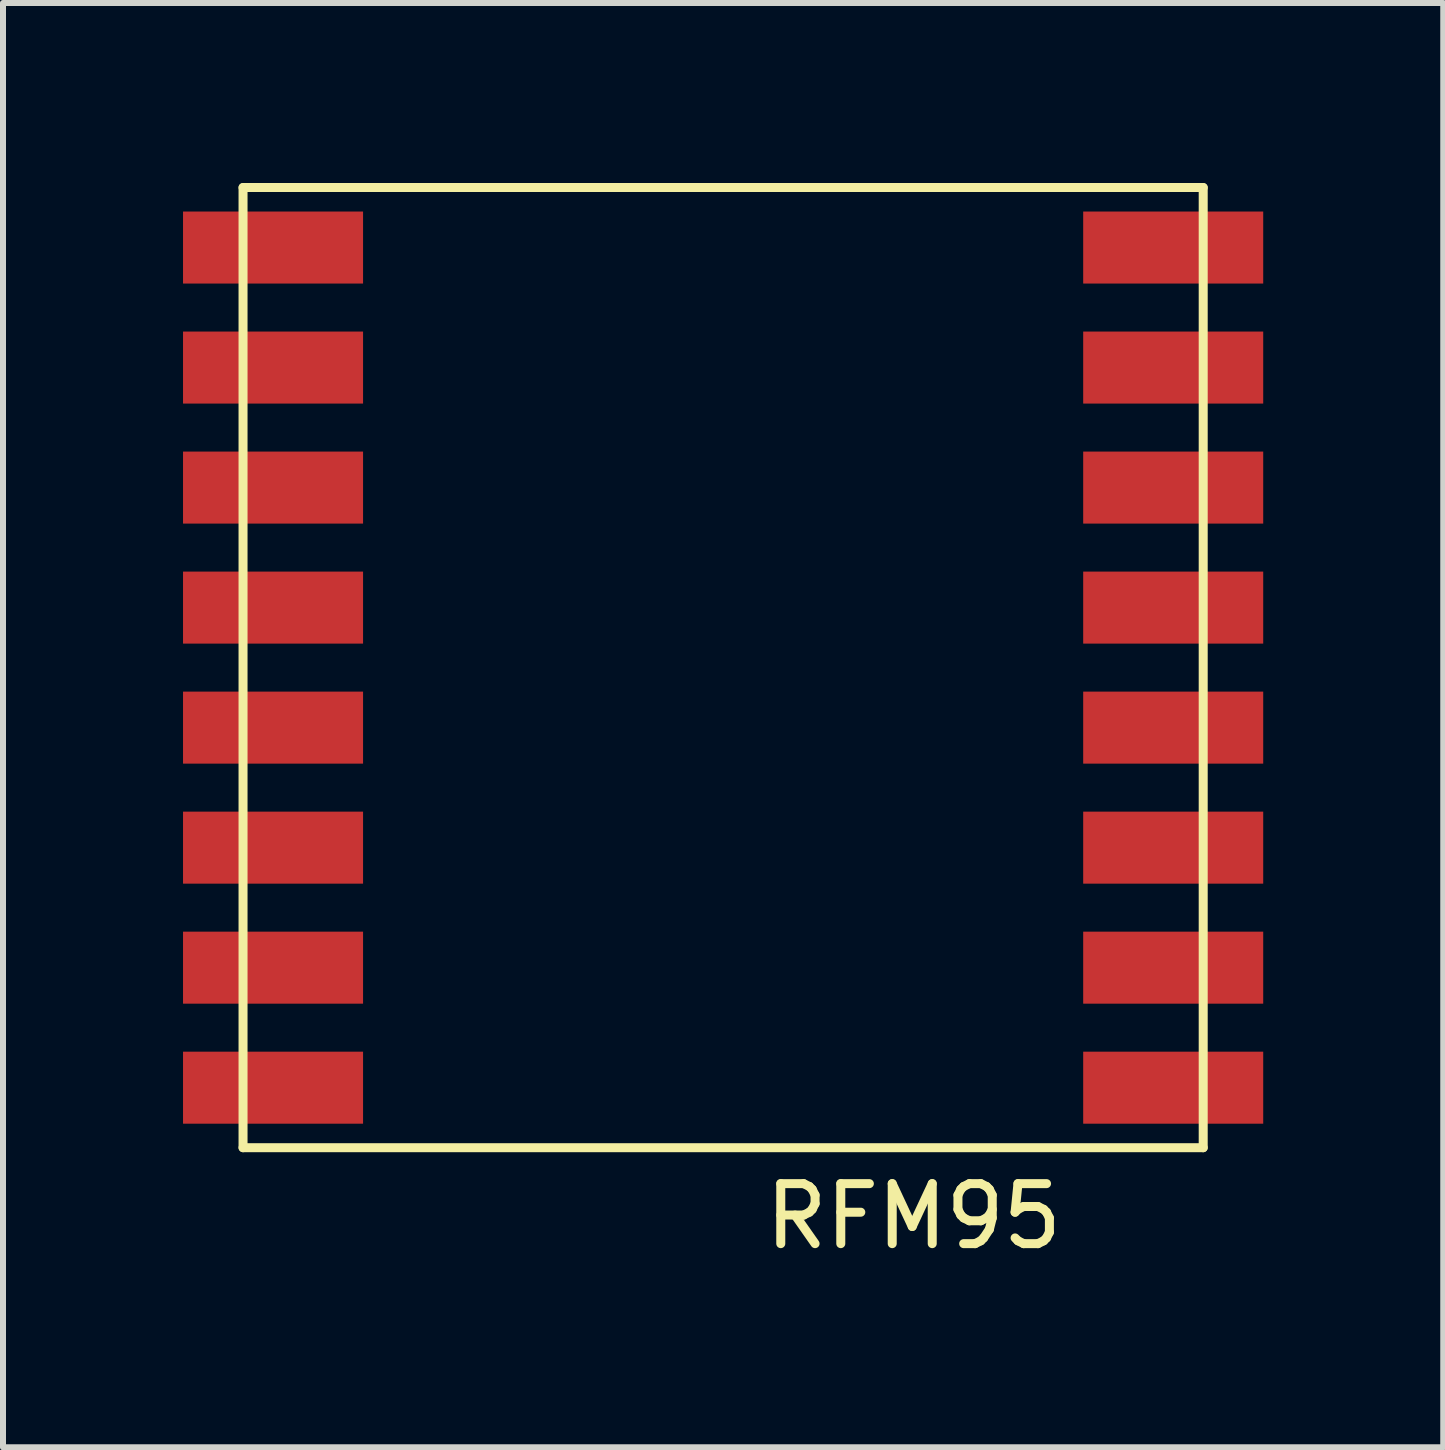
<source format=kicad_pcb>
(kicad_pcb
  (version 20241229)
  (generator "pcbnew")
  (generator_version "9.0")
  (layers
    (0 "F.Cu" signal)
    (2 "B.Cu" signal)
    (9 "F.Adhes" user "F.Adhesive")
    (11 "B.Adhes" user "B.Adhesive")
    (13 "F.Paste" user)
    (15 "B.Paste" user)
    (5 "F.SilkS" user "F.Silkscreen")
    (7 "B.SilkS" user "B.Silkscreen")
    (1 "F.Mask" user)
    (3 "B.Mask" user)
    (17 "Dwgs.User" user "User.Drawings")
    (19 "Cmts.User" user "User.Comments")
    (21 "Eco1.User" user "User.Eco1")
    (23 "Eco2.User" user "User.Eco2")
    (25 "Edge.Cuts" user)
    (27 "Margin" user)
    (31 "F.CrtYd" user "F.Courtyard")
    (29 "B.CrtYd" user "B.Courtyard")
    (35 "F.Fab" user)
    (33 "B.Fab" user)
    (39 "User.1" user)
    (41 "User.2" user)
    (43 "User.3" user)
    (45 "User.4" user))
  (footprint "RFM95"
    (layer "F.Cu")
    (at 9 8.075)
    (property "Reference" "RFM95" (at 3.175 9.144 0) (layer "F.SilkS") (effects (font (size 1 1) (thickness 0.15))))
    (attr through_hole)
    (fp_line (start -8 -8) (end -8 8) (stroke (width 0.15) (type solid)) (layer "F.SilkS"))
    (fp_line (start -8 8) (end 8 8) (stroke (width 0.15) (type solid)) (layer "F.SilkS"))
    (fp_line (start 8 -8) (end -8 -8) (stroke (width 0.15) (type solid)) (layer "F.SilkS"))
    (fp_line (start 8 8) (end 8 -8) (stroke (width 0.15) (type solid)) (layer "F.SilkS"))
    (pad "1" smd rect (at -7.5 -7) (size 3 1.2) (layers "F.Cu" "F.Mask" "F.Paste"))
    (pad "2" smd rect (at -7.5 -5) (size 3 1.2) (layers "F.Cu" "F.Mask" "F.Paste"))
    (pad "3" smd rect (at -7.5 -3) (size 3 1.2) (layers "F.Cu" "F.Mask" "F.Paste"))
    (pad "4" smd rect (at -7.5 -1) (size 3 1.2) (layers "F.Cu" "F.Mask" "F.Paste"))
    (pad "5" smd rect (at -7.5 1) (size 3 1.2) (layers "F.Cu" "F.Mask" "F.Paste"))
    (pad "6" smd rect (at -7.5 3) (size 3 1.2) (layers "F.Cu" "F.Mask" "F.Paste"))
    (pad "7" smd rect (at -7.5 5) (size 3 1.2) (layers "F.Cu" "F.Mask" "F.Paste"))
    (pad "8" smd rect (at -7.5 7) (size 3 1.2) (layers "F.Cu" "F.Mask" "F.Paste"))
    (pad "9" smd rect (at 7.5 7) (size 3 1.2) (layers "F.Cu" "F.Mask" "F.Paste"))
    (pad "10" smd rect (at 7.5 5) (size 3 1.2) (layers "F.Cu" "F.Mask" "F.Paste"))
    (pad "11" smd rect (at 7.5 3) (size 3 1.2) (layers "F.Cu" "F.Mask" "F.Paste"))
    (pad "12" smd rect (at 7.5 1) (size 3 1.2) (layers "F.Cu" "F.Mask" "F.Paste"))
    (pad "13" smd rect (at 7.5 -1) (size 3 1.2) (layers "F.Cu" "F.Mask" "F.Paste"))
    (pad "14" smd rect (at 7.5 -3) (size 3 1.2) (layers "F.Cu" "F.Mask" "F.Paste"))
    (pad "15" smd rect (at 7.5 -5) (size 3 1.2) (layers "F.Cu" "F.Mask" "F.Paste"))
    (pad "16" smd rect (at 7.5 -7) (size 3 1.2) (layers "F.Cu" "F.Mask" "F.Paste")))
  (gr_rect
    (start -3 -3)
    (end 21 21.067)
    (stroke (width 0.1) (type default))
    (fill no)
    (layer "Edge.Cuts")))
</source>
